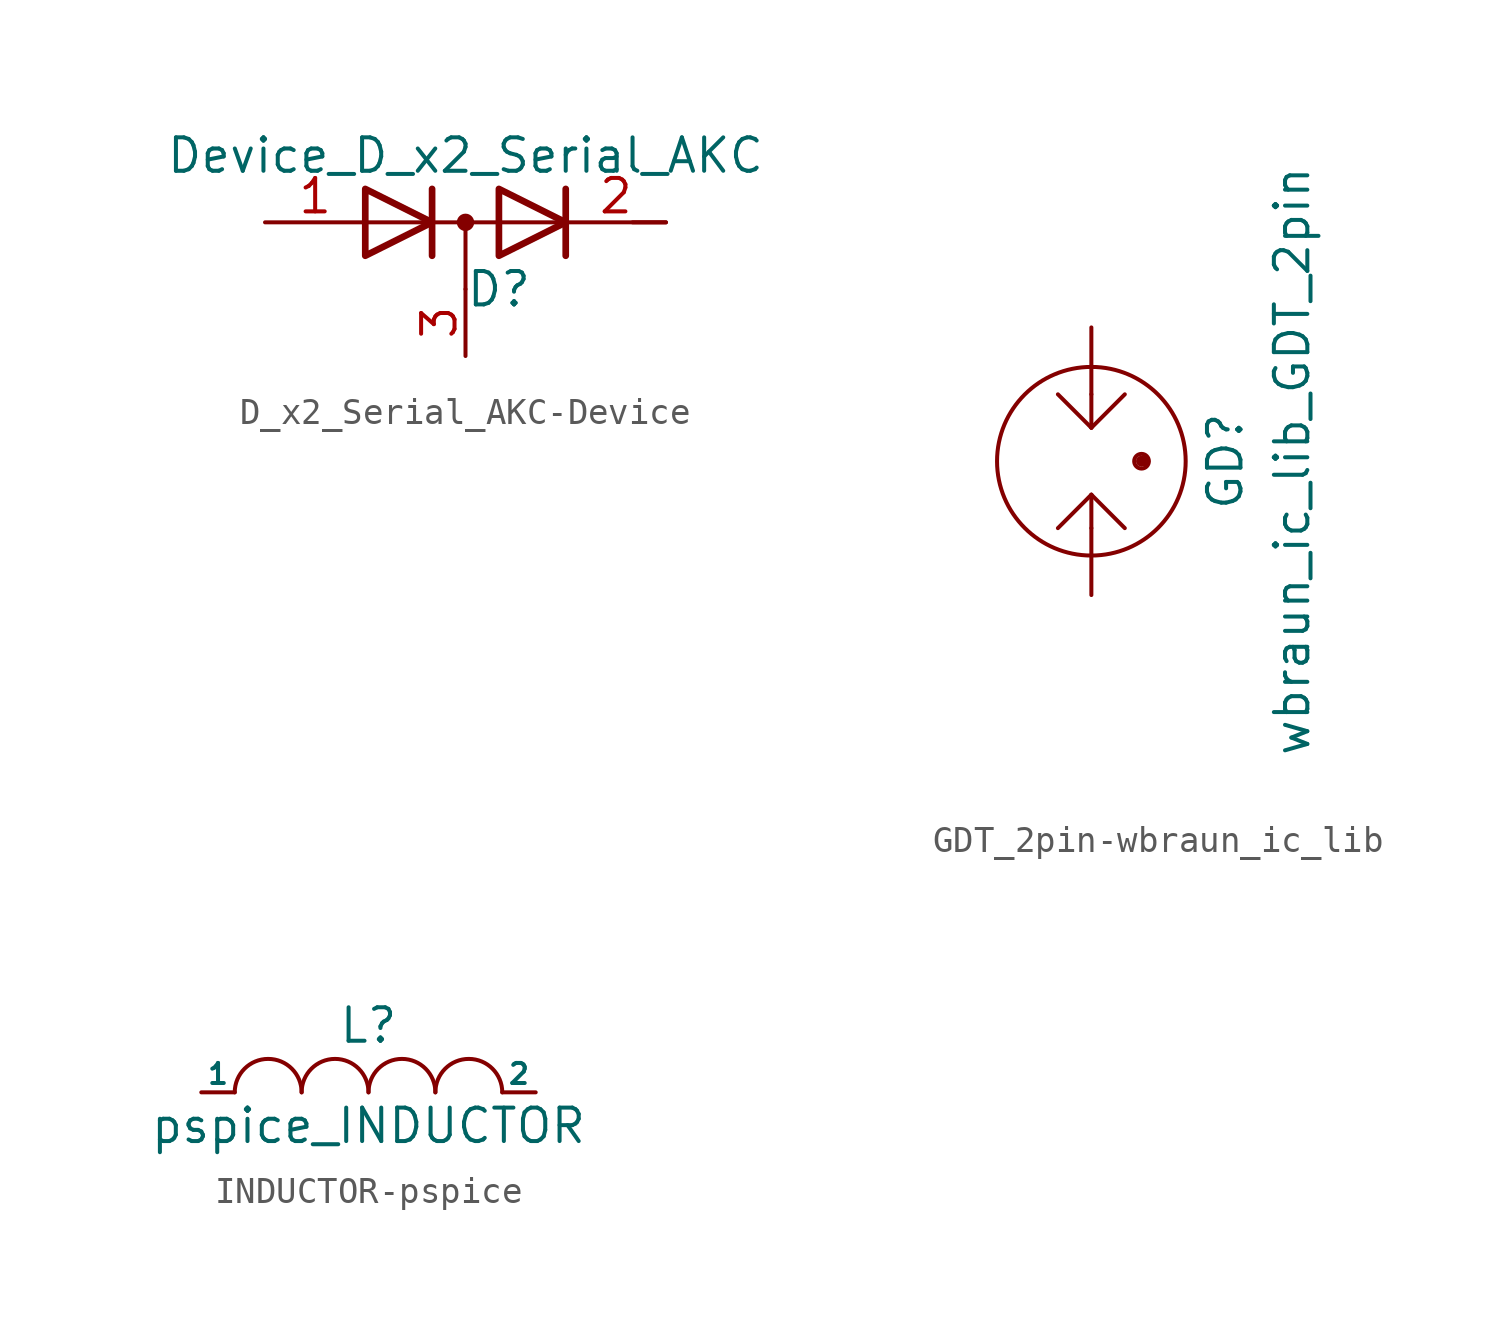
<source format=kicad_sym>
(kicad_symbol_lib
  (version 20231120)
  (generator "kicad_symbol_editor")
  (generator_version "8.0")
  (symbol "D_x2_Serial_AKC-Device"
    (pin_names
      (offset 0.762) hide)
    (property "Reference" "D"
      (at 1.27 -2.54 0)
      (effects (font (size 1.27 1.27))))
    (property "Value" "Device_D_x2_Serial_AKC"
      (at 0 2.54 0)
      (effects (font (size 1.27 1.27))))
    (symbol "D_x2_Serial_AKC-Device_0_1"
      (polyline (pts (xy -3.81 0) (xy 3.81 0)) (stroke (width 0) (type solid)) (fill (type none)))
      (polyline (pts (xy 0 0) (xy 0 -2.54)) (stroke (width 0) (type solid)) (fill (type none)))
      (polyline (pts (xy 6.35 0) (xy 7.62 0)) (stroke (width 0) (type solid)) (fill (type none)))
      (polyline (pts (xy -1.27 -1.27) (xy -1.27 1.27) (xy -1.27 1.27)) (stroke (width 0.254) (type solid)) (fill (type none)))
      (polyline (pts (xy 3.81 1.27) (xy 3.81 -1.27) (xy 3.81 -1.27)) (stroke (width 0.254) (type solid)) (fill (type none)))
      (polyline (pts (xy -3.81 1.27) (xy -1.27 0) (xy -3.81 -1.27) (xy -3.81 1.27) (xy -3.81 1.27) (xy -3.81 1.27)) (stroke (width 0.254) (type solid)) (fill (type none)))
      (polyline (pts (xy 1.27 1.27) (xy 3.81 0) (xy 1.27 -1.27) (xy 1.27 1.27) (xy 1.27 1.27) (xy 1.27 1.27)) (stroke (width 0.254) (type solid)) (fill (type none)))
      (circle (center 0 0) (radius 0.254) (stroke (width 0) (type solid)) (fill (type outline)))
      (pin passive line (at -7.62 0 0) (length 3.81) (name "A" (effects (font (size 1.27 1.27)))) (number "1" (effects (font (size 1.27 1.27)))))
      (pin passive line (at 7.62 0 180) (length 3.81) (name "K" (effects (font (size 1.27 1.27)))) (number "2" (effects (font (size 1.27 1.27)))))
      (pin passive line (at 0 -5.08 90) (length 2.54) (name "common" (effects (font (size 1.27 1.27)))) (number "3" (effects (font (size 1.27 1.27)))))))
  (symbol "GDT_2pin-wbraun_ic_lib"
    (pin_numbers hide)
    (property "Reference" "GD"
      (at 5.08 0 90)
      (effects (font (size 1.27 1.27))))
    (property "Value" "wbraun_ic_lib_GDT_2pin"
      (at 7.62 0 90)
      (effects (font (size 1.27 1.27))))
    (symbol "GDT_2pin-wbraun_ic_lib_0_1"
      (polyline (pts (xy 0 -2.54) (xy 0 -1.27)) (stroke (width 0) (type solid)) (fill (type none)))
      (polyline (pts (xy 0 -1.27) (xy -1.27 -2.54)) (stroke (width 0) (type solid)) (fill (type none)))
      (polyline (pts (xy 0 -1.27) (xy 1.27 -2.54)) (stroke (width 0) (type solid)) (fill (type none)))
      (polyline (pts (xy 0 1.27) (xy -1.27 2.54)) (stroke (width 0) (type solid)) (fill (type none)))
      (polyline (pts (xy 0 1.27) (xy 1.27 2.54)) (stroke (width 0) (type solid)) (fill (type none)))
      (polyline (pts (xy 0 2.54) (xy 0 1.27)) (stroke (width 0) (type solid)) (fill (type none)))
      (circle (center 0 0) (radius 3.581) (stroke (width 0) (type solid)) (fill (type none)))
      (circle (center 1.905 0) (radius 0.127) (stroke (width 0) (type solid)) (fill (type none)))
      (circle (center 1.905 0) (radius 0.127) (stroke (width 0) (type solid)) (fill (type none)))
      (circle (center 1.905 0) (radius 0.279) (stroke (width 0) (type solid)) (fill (type none)))
      (circle (center 2.032 0) (radius 0.127) (stroke (width 0) (type solid)) (fill (type none))))
    (symbol "GDT_2pin-wbraun_ic_lib_1_1"
      (pin passive line (at 0 5.08 270) (length 2.54) (name "~" (effects (font (size 1.27 1.27)))) (number "1" (effects (font (size 1.27 1.27)))))
      (pin passive line (at 0 -5.08 90) (length 2.54) (name "~" (effects (font (size 1.27 1.27)))) (number "2" (effects (font (size 1.27 1.27)))))))
  (symbol "INDUCTOR-pspice"
    (pin_numbers hide)
    (pin_names
      (offset 0))
    (property "Reference" "L"
      (at 0 2.54 0)
      (effects (font (size 1.27 1.27))))
    (property "Value" "pspice_INDUCTOR"
      (at 0 -1.27 0)
      (effects (font (size 1.27 1.27))))
    (symbol "INDUCTOR-pspice_0_1"
      (arc (start -2.54 0) (mid -3.81 1.27) (end -5.08 0) (stroke (width 0) (type solid)) (fill (type none)))
      (arc (start 0 0) (mid -1.27 1.27) (end -2.54 0) (stroke (width 0) (type solid)) (fill (type none)))
      (arc (start 2.54 0) (mid 1.27 1.27) (end 0 0) (stroke (width 0) (type solid)) (fill (type none)))
      (arc (start 5.08 0) (mid 3.81 1.27) (end 2.54 0) (stroke (width 0) (type solid)) (fill (type none))))
    (symbol "INDUCTOR-pspice_1_1"
      (pin input line (at -6.35 0 0) (length 1.27) (name "1" (effects (font (size 0.762 0.762)))) (number "1" (effects (font (size 0.762 0.762)))))
      (pin input line (at 6.35 0 180) (length 1.27) (name "2" (effects (font (size 0.762 0.762)))) (number "2" (effects (font (size 0.762 0.762))))))))
</source>
